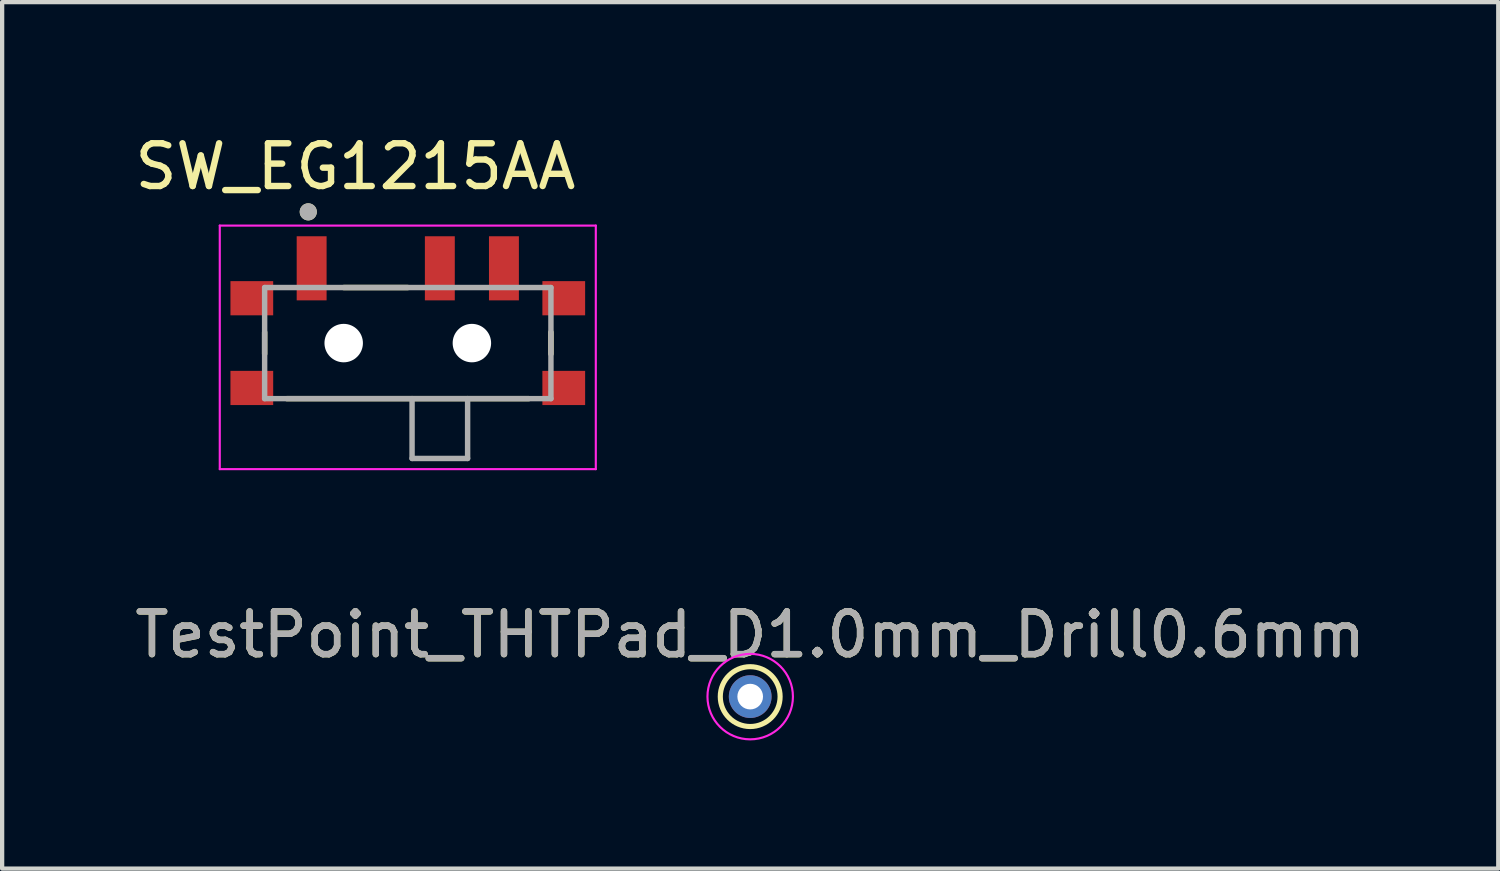
<source format=kicad_pcb>
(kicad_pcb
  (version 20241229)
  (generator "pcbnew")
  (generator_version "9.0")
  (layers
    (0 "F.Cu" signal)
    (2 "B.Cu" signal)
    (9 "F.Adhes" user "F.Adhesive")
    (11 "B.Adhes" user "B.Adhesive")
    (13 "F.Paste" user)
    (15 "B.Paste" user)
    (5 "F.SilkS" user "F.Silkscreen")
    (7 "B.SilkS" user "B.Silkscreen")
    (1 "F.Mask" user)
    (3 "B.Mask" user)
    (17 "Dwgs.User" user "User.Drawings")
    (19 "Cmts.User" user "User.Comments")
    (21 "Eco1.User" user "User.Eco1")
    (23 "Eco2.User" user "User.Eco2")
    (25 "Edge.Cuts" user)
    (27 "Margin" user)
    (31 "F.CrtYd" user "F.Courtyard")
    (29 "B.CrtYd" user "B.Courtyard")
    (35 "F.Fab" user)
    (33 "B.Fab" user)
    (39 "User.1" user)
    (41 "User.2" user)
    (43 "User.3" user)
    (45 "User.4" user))
  (footprint "SW_EG1215AA"
    (layer "F.Cu")
    (at 6.493 4.979)
    (property "Reference" "SW_EG1215AA" (at -1.225 -4.131 0) (layer "F.SilkS") (effects (font (size 1 1) (thickness 0.15))))
    (attr smd)
    (fp_line (start -3.35 -0.254) (end -3.35 0.254) (stroke (width 0.127) (type solid)) (layer "F.SilkS"))
    (fp_line (start -2.83 1.3) (end 2.83 1.3) (stroke (width 0.127) (type solid)) (layer "F.SilkS"))
    (fp_line (start -1.5 -1.3) (end 0 -1.3) (stroke (width 0.127) (type solid)) (layer "F.SilkS"))
    (fp_line (start 3.35 -0.254) (end 3.35 0.254) (stroke (width 0.127) (type solid)) (layer "F.SilkS"))
    (fp_circle (center -2.329 -3.071) (end -2.229 -3.071) (stroke (width 0.2) (type solid)) (fill no) (layer "F.SilkS"))
    (fp_line (start -4.4 -2.75) (end -4.4 2.95) (stroke (width 0.05) (type solid)) (layer "F.CrtYd"))
    (fp_line (start -4.4 2.95) (end 4.4 2.95) (stroke (width 0.05) (type solid)) (layer "F.CrtYd"))
    (fp_line (start 4.4 -2.75) (end -4.4 -2.75) (stroke (width 0.05) (type solid)) (layer "F.CrtYd"))
    (fp_line (start 4.4 2.95) (end 4.4 -2.75) (stroke (width 0.05) (type solid)) (layer "F.CrtYd"))
    (fp_line (start -3.35 -1.3) (end 3.35 -1.3) (stroke (width 0.127) (type solid)) (layer "F.Fab"))
    (fp_line (start -3.35 1.3) (end -3.35 -1.3) (stroke (width 0.127) (type solid)) (layer "F.Fab"))
    (fp_line (start 0.1 1.3) (end -3.35 1.3) (stroke (width 0.127) (type solid)) (layer "F.Fab"))
    (fp_line (start 0.1 1.3) (end 0.1 2.7) (stroke (width 0.127) (type solid)) (layer "F.Fab"))
    (fp_line (start 0.1 1.3) (end 1.4 1.3) (stroke (width 0.127) (type solid)) (layer "F.Fab"))
    (fp_line (start 0.1 2.7) (end 1.4 2.7) (stroke (width 0.127) (type solid)) (layer "F.Fab"))
    (fp_line (start 1.4 2.7) (end 1.4 1.3) (stroke (width 0.127) (type solid)) (layer "F.Fab"))
    (fp_line (start 3.35 -1.3) (end 3.35 1.3) (stroke (width 0.127) (type solid)) (layer "F.Fab"))
    (fp_line (start 3.35 1.3) (end 1.4 1.3) (stroke (width 0.127) (type solid)) (layer "F.Fab"))
    (fp_circle (center -2.329 -3.071) (end -2.229 -3.071) (stroke (width 0.2) (type solid)) (fill no) (layer "F.Fab"))
    (pad "" np_thru_hole circle (at -1.5 0) (size 0.9 0.9) (drill 0.9) (layers "*.Cu" "*.Mask"))
    (pad "" np_thru_hole circle (at 1.5 0) (size 0.9 0.9) (drill 0.9) (layers "*.Cu" "*.Mask"))
    (pad "1" smd rect (at -2.25 -1.75) (size 0.7 1.5) (layers "F.Cu" "F.Mask" "F.Paste"))
    (pad "2" smd rect (at 0.75 -1.75) (size 0.7 1.5) (layers "F.Cu" "F.Mask" "F.Paste"))
    (pad "3" smd rect (at 2.25 -1.75) (size 0.7 1.5) (layers "F.Cu" "F.Mask" "F.Paste"))
    (pad "S1" smd rect (at -3.65 -1.05) (size 1 0.8) (layers "F.Cu" "F.Mask" "F.Paste"))
    (pad "S2" smd rect (at -3.65 1.05) (size 1 0.8) (layers "F.Cu" "F.Mask" "F.Paste"))
    (pad "S3" smd rect (at 3.65 1.05) (size 1 0.8) (layers "F.Cu" "F.Mask" "F.Paste"))
    (pad "S4" smd rect (at 3.65 -1.05) (size 1 0.8) (layers "F.Cu" "F.Mask" "F.Paste")))
  (footprint "TestPoint_THTPad_D1.0mm_Drill0.6mm"
    (layer "F.Cu")
    (at 14.506 13.252)
    (property "Reference" "TestPoint_THTPad_D1.0mm_Drill0.6mm" (at 0 -1.448 0) (layer "F.SilkS") (effects (font (size 1 1) (thickness 0.15))))
    (attr exclude_from_pos_files exclude_from_bom)
    (fp_circle (center 0 0) (end 0 0.7) (stroke (width 0.12) (type solid)) (fill no) (layer "F.SilkS"))
    (fp_circle (center 0 0) (end 1 0) (stroke (width 0.05) (type solid)) (fill no) (layer "F.CrtYd"))
    (fp_text user "${REFERENCE}" (at 0 -1.45 0) (layer "F.Fab") (effects (font (size 1 1) (thickness 0.15))))
    (pad "1" thru_hole circle (at 0 0) (size 1 1) (drill 0.6) (layers "*.Cu" "*.Mask")))
  (gr_rect
    (start -3 -3)
    (end 32.012 17.277)
    (stroke (width 0.1) (type default))
    (fill no)
    (layer "Edge.Cuts")))
</source>
